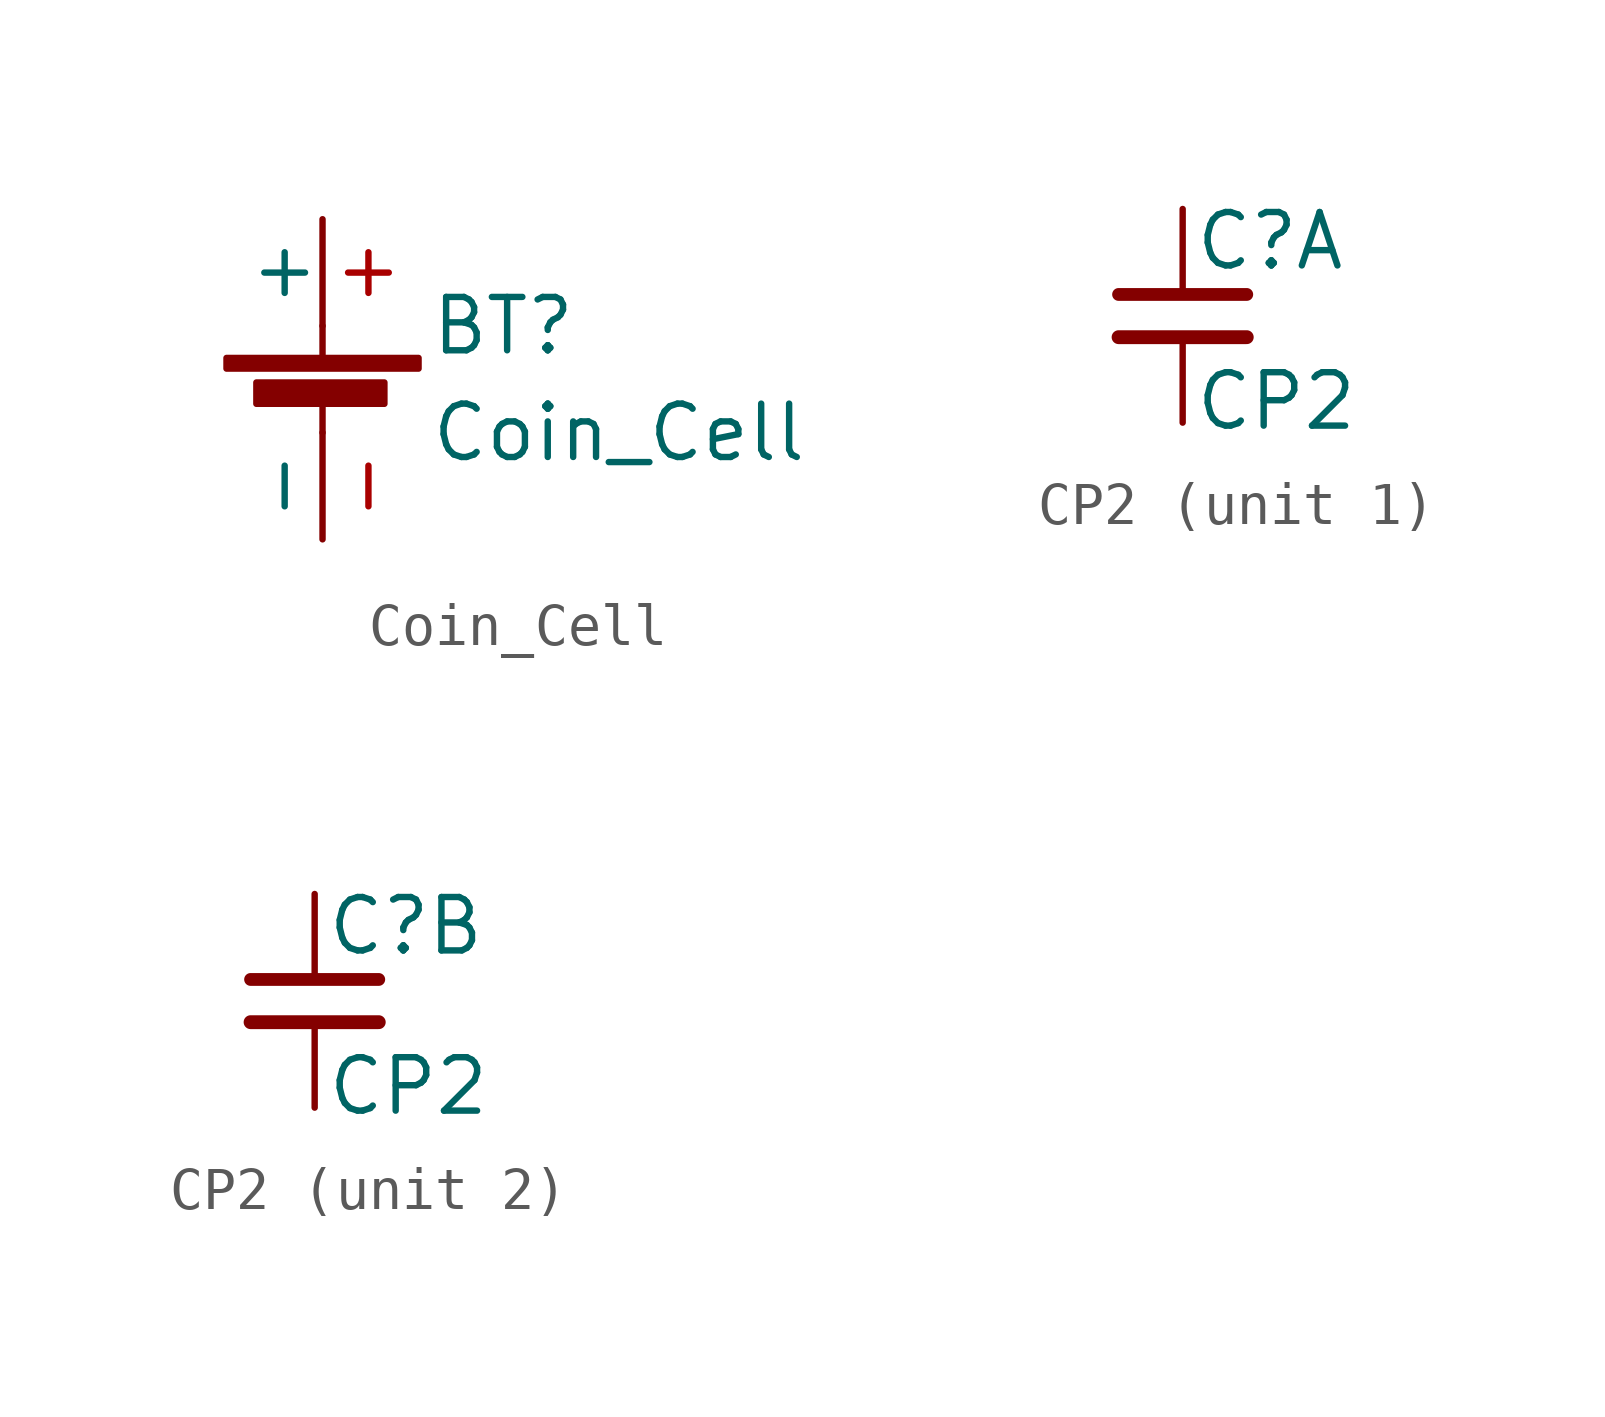
<source format=kicad_sym>
(kicad_symbol_lib
  (version 20211014)
  (generator kicad_symbol_editor)
  (symbol "Coin_Cell"
    (pin_names
      (offset 0))
    (property "Reference" "BT"
      (at 2.54 2.54 0)
      (effects (font (size 1.27 1.27)) (justify left)))
    (property "Value" "Coin_Cell"
      (at 2.54 0 0)
      (effects (font (size 1.27 1.27)) (justify left)))
    (symbol "Coin_Cell_0_1"
      (rectangle (start -2.286 1.778) (end 2.286 1.524) (stroke (width 0) (type default) (color 0 0 0 0)) (fill (type outline)))
      (rectangle (start -1.575 1.194) (end 1.473 0.686) (stroke (width 0) (type default) (color 0 0 0 0)) (fill (type outline)))
      (polyline (pts (xy 0 0.762) (xy 0 0)) (stroke (width 0) (type default) (color 0 0 0 0)) (fill (type none)))
      (polyline (pts (xy 0 1.778) (xy 0 2.54)) (stroke (width 0) (type default) (color 0 0 0 0)) (fill (type none))))
    (symbol "Coin_Cell_1_1"
      (pin power_out line (at 0 5.08 270) (length 2.54) (name "+" (effects (font (size 1.27 1.27)))) (number "+" (effects (font (size 1.27 1.27)))))
      (pin passive line (at 0 -2.54 90) (length 2.54) (name "-" (effects (font (size 1.27 1.27)))) (number "-" (effects (font (size 1.27 1.27)))))))
  (symbol "CP2"
    (pin_numbers hide)
    (pin_names
      (offset 0.254) hide)
    (property "Reference" "C"
      (at 0.254 1.778 0)
      (effects (font (size 1.27 1.27)) (justify left)))
    (property "Value" "CP2"
      (at 0.254 -2.032 0)
      (effects (font (size 1.27 1.27)) (justify left)))
    (symbol "CP2_0_1"
      (polyline (pts (xy -1.524 -0.508) (xy 1.524 -0.508)) (stroke (width 0.33) (type default) (color 0 0 0 0)) (fill (type none)))
      (polyline (pts (xy -1.524 0.508) (xy 1.524 0.508)) (stroke (width 0.305) (type default) (color 0 0 0 0)) (fill (type none))))
    (symbol "CP2_1_1"
      (pin passive line (at 0 2.54 270) (length 2.032) (name "~" (effects (font (size 1.27 1.27)))) (number "1" (effects (font (size 1.27 1.27)))))
      (pin passive line (at 0 -2.54 90) (length 2.032) (name "~" (effects (font (size 1.27 1.27)))) (number "4" (effects (font (size 1.27 1.27))))))
    (symbol "CP2_2_1"
      (pin passive line (at 0 2.54 270) (length 2.032) (name "~" (effects (font (size 1.27 1.27)))) (number "2" (effects (font (size 1.27 1.27)))))
      (pin passive line (at 0 -2.54 90) (length 2.032) (name "~" (effects (font (size 1.27 1.27)))) (number "3" (effects (font (size 1.27 1.27))))))))
</source>
